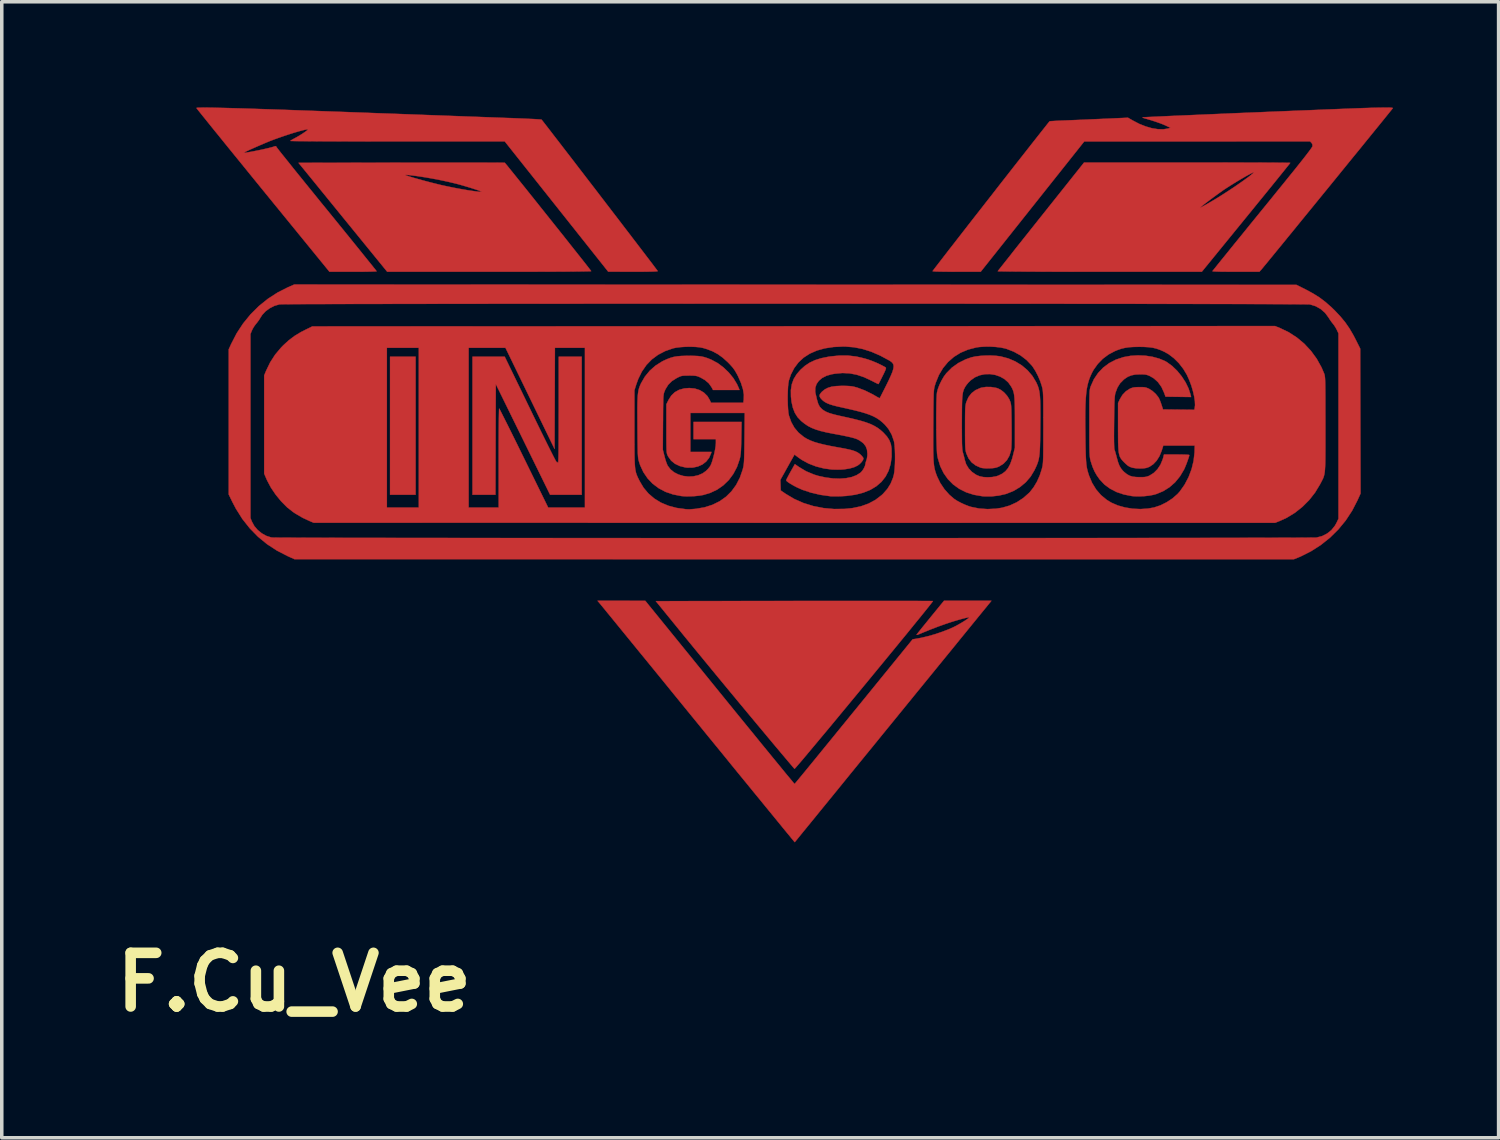
<source format=kicad_pcb>
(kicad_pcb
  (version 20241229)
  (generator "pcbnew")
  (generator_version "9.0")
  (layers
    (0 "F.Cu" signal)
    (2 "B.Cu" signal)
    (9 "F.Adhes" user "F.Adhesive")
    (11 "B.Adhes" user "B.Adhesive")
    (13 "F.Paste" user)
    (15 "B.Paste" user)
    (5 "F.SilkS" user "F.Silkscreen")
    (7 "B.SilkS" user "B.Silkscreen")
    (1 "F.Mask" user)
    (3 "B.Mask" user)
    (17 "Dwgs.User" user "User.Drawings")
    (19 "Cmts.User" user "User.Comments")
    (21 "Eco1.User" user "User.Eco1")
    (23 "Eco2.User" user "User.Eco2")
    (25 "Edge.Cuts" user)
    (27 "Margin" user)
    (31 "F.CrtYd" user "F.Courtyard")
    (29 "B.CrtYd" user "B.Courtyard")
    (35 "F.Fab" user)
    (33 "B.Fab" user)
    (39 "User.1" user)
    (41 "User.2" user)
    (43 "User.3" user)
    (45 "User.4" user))
  (footprint "F.Cu_Vee"
    (layer "F.Cu")
    (at 5.305 24.842)
    (property "Reference" "F.Cu_Vee" (at 0 0 0) (layer "F.SilkS") (effects (font (size 1.524 1.524) (thickness 0.3))))
    (attr through_hole)
    (fp_poly (pts (xy 3.447 -13.843) (xy 2.721 -13.843) (xy 2.721 -17.762) (xy 3.447 -17.762) (xy 3.447 -13.843)) (stroke (width 0.01) (type solid)) (fill yes) (layer "F.Cu"))
    (fp_poly (pts (xy 6.713 -16.247) (xy 6.819 -16.028) (xy 6.921 -15.819) (xy 7.017 -15.623) (xy 7.107 -15.441) (xy 7.188 -15.277) (xy 7.261 -15.131) (xy 7.324 -15.006) (xy 7.376 -14.904) (xy 7.416 -14.828) (xy 7.442 -14.78) (xy 7.454 -14.762) (xy 7.454 -14.762) (xy 7.462 -14.779) (xy 7.475 -14.767) (xy 7.485 -14.749) (xy 7.49 -14.745) (xy 7.494 -14.753) (xy 7.497 -14.773) (xy 7.5 -14.809) (xy 7.502 -14.862) (xy 7.504 -14.934) (xy 7.506 -15.027) (xy 7.507 -15.143) (xy 7.508 -15.286) (xy 7.509 -15.455) (xy 7.51 -15.654) (xy 7.51 -15.885) (xy 7.51 -16.149) (xy 7.511 -16.233) (xy 7.511 -17.762) (xy 8.164 -17.762) (xy 8.164 -13.843) (xy 7.715 -13.843) (xy 7.266 -13.843) (xy 6.495 -15.415) (xy 5.724 -16.986) (xy 5.719 -15.415) (xy 5.715 -13.843) (xy 5.062 -13.843) (xy 5.062 -17.762) (xy 5.978 -17.762) (xy 6.713 -16.247)) (stroke (width 0.01) (type solid)) (fill yes) (layer "F.Cu"))
    (fp_poly (pts (xy 19.79 -16.902) (xy 19.932 -16.878) (xy 19.984 -16.862) (xy 20.074 -16.815) (xy 20.164 -16.742) (xy 20.244 -16.652) (xy 20.306 -16.554) (xy 20.321 -16.519) (xy 20.333 -16.488) (xy 20.343 -16.458) (xy 20.35 -16.426) (xy 20.356 -16.386) (xy 20.36 -16.334) (xy 20.364 -16.265) (xy 20.366 -16.177) (xy 20.368 -16.063) (xy 20.37 -15.921) (xy 20.371 -15.812) (xy 20.372 -15.605) (xy 20.372 -15.434) (xy 20.369 -15.298) (xy 20.365 -15.195) (xy 20.359 -15.125) (xy 20.356 -15.105) (xy 20.311 -14.954) (xy 20.238 -14.826) (xy 20.14 -14.723) (xy 20.017 -14.646) (xy 20.013 -14.644) (xy 19.953 -14.62) (xy 19.892 -14.605) (xy 19.819 -14.596) (xy 19.739 -14.592) (xy 19.624 -14.593) (xy 19.533 -14.602) (xy 19.491 -14.612) (xy 19.351 -14.675) (xy 19.237 -14.762) (xy 19.149 -14.875) (xy 19.088 -15.012) (xy 19.086 -15.018) (xy 19.076 -15.052) (xy 19.068 -15.088) (xy 19.062 -15.129) (xy 19.058 -15.18) (xy 19.054 -15.244) (xy 19.052 -15.328) (xy 19.051 -15.434) (xy 19.05 -15.567) (xy 19.05 -15.732) (xy 19.05 -15.748) (xy 19.05 -15.916) (xy 19.051 -16.051) (xy 19.052 -16.159) (xy 19.054 -16.244) (xy 19.057 -16.31) (xy 19.062 -16.362) (xy 19.068 -16.403) (xy 19.075 -16.438) (xy 19.085 -16.472) (xy 19.086 -16.476) (xy 19.147 -16.614) (xy 19.235 -16.727) (xy 19.348 -16.814) (xy 19.485 -16.874) (xy 19.513 -16.883) (xy 19.646 -16.904) (xy 19.79 -16.902)) (stroke (width 0.01) (type solid)) (fill yes) (layer "F.Cu"))
    (fp_poly (pts (xy 16.564 -10.828) (xy 16.837 -10.828) (xy 17.088 -10.828) (xy 17.317 -10.828) (xy 17.521 -10.827) (xy 17.699 -10.827) (xy 17.849 -10.826) (xy 17.97 -10.826) (xy 18.059 -10.825) (xy 18.116 -10.825) (xy 18.138 -10.824) (xy 18.138 -10.824) (xy 18.128 -10.809) (xy 18.097 -10.767) (xy 18.045 -10.701) (xy 17.975 -10.613) (xy 17.887 -10.503) (xy 17.783 -10.374) (xy 17.664 -10.229) (xy 17.533 -10.067) (xy 17.39 -9.891) (xy 17.236 -9.704) (xy 17.074 -9.506) (xy 16.904 -9.299) (xy 16.729 -9.086) (xy 16.549 -8.868) (xy 16.367 -8.646) (xy 16.182 -8.422) (xy 15.998 -8.199) (xy 15.815 -7.978) (xy 15.635 -7.76) (xy 15.459 -7.548) (xy 15.289 -7.342) (xy 15.126 -7.146) (xy 14.971 -6.961) (xy 14.827 -6.788) (xy 14.694 -6.629) (xy 14.574 -6.486) (xy 14.469 -6.36) (xy 14.379 -6.254) (xy 14.306 -6.17) (xy 14.253 -6.108) (xy 14.219 -6.071) (xy 14.207 -6.06) (xy 14.194 -6.074) (xy 14.16 -6.113) (xy 14.106 -6.177) (xy 14.033 -6.263) (xy 13.943 -6.37) (xy 13.838 -6.494) (xy 13.719 -6.636) (xy 13.588 -6.792) (xy 13.447 -6.961) (xy 13.297 -7.141) (xy 13.139 -7.33) (xy 13.06 -7.425) (xy 12.875 -7.647) (xy 12.679 -7.883) (xy 12.477 -8.127) (xy 12.271 -8.376) (xy 12.066 -8.624) (xy 11.864 -8.869) (xy 11.67 -9.105) (xy 11.486 -9.329) (xy 11.316 -9.536) (xy 11.165 -9.721) (xy 11.095 -9.806) (xy 10.268 -10.822) (xy 14.199 -10.827) (xy 14.574 -10.827) (xy 14.94 -10.828) (xy 15.294 -10.828) (xy 15.635 -10.828) (xy 15.962 -10.828) (xy 16.272 -10.828) (xy 16.564 -10.828)) (stroke (width 0.01) (type solid)) (fill yes) (layer "F.Cu"))
    (fp_poly (pts (xy 25.68 -23.277) (xy 25.993 -23.277) (xy 26.294 -23.277) (xy 26.581 -23.276) (xy 26.853 -23.276) (xy 27.107 -23.275) (xy 27.341 -23.275) (xy 27.554 -23.274) (xy 27.744 -23.273) (xy 27.908 -23.272) (xy 28.045 -23.271) (xy 28.153 -23.27) (xy 28.23 -23.269) (xy 28.274 -23.268) (xy 28.285 -23.267) (xy 28.273 -23.252) (xy 28.241 -23.21) (xy 28.188 -23.145) (xy 28.117 -23.056) (xy 28.029 -22.947) (xy 27.925 -22.818) (xy 27.807 -22.672) (xy 27.676 -22.511) (xy 27.534 -22.336) (xy 27.382 -22.15) (xy 27.222 -21.953) (xy 27.056 -21.749) (xy 27.029 -21.716) (xy 25.773 -20.175) (xy 22.873 -20.175) (xy 22.552 -20.175) (xy 22.24 -20.175) (xy 21.941 -20.176) (xy 21.656 -20.176) (xy 21.386 -20.177) (xy 21.134 -20.178) (xy 20.902 -20.179) (xy 20.691 -20.18) (xy 20.504 -20.181) (xy 20.342 -20.183) (xy 20.207 -20.184) (xy 20.102 -20.186) (xy 20.028 -20.187) (xy 19.986 -20.189) (xy 19.978 -20.19) (xy 19.99 -20.206) (xy 20.023 -20.248) (xy 20.076 -20.315) (xy 20.147 -20.405) (xy 20.235 -20.516) (xy 20.338 -20.646) (xy 20.454 -20.794) (xy 20.583 -20.957) (xy 20.723 -21.133) (xy 20.873 -21.321) (xy 21.03 -21.519) (xy 21.194 -21.725) (xy 21.207 -21.741) (xy 21.411 -21.997) (xy 25.727 -21.997) (xy 25.742 -22.001) (xy 25.786 -22.023) (xy 25.859 -22.063) (xy 25.959 -22.12) (xy 26.085 -22.194) (xy 26.162 -22.24) (xy 26.276 -22.31) (xy 26.399 -22.388) (xy 26.527 -22.471) (xy 26.656 -22.556) (xy 26.782 -22.642) (xy 26.9 -22.724) (xy 27.007 -22.801) (xy 27.1 -22.868) (xy 27.172 -22.925) (xy 27.222 -22.967) (xy 27.244 -22.991) (xy 27.238 -22.996) (xy 27.205 -22.983) (xy 27.15 -22.956) (xy 27.077 -22.917) (xy 26.988 -22.867) (xy 26.889 -22.809) (xy 26.783 -22.746) (xy 26.674 -22.679) (xy 26.567 -22.612) (xy 26.464 -22.546) (xy 26.371 -22.484) (xy 26.371 -22.483) (xy 26.297 -22.431) (xy 26.213 -22.371) (xy 26.123 -22.305) (xy 26.032 -22.238) (xy 25.945 -22.172) (xy 25.866 -22.112) (xy 25.801 -22.061) (xy 25.754 -22.023) (xy 25.729 -22.001) (xy 25.727 -21.997) (xy 21.411 -21.997) (xy 22.43 -23.277) (xy 25.357 -23.277) (xy 25.68 -23.277)) (stroke (width 0.01) (type solid)) (fill yes) (layer "F.Cu"))
    (fp_poly (pts (xy 4.793 -23.274) (xy 5.028 -23.274) (xy 5.242 -23.274) (xy 5.432 -23.274) (xy 5.597 -23.273) (xy 5.736 -23.273) (xy 5.845 -23.272) (xy 5.923 -23.272) (xy 5.968 -23.271) (xy 5.979 -23.27) (xy 5.992 -23.256) (xy 6.026 -23.215) (xy 6.079 -23.15) (xy 6.149 -23.063) (xy 6.235 -22.957) (xy 6.334 -22.834) (xy 6.445 -22.696) (xy 6.567 -22.545) (xy 6.696 -22.383) (xy 6.832 -22.213) (xy 6.972 -22.037) (xy 7.116 -21.857) (xy 7.26 -21.676) (xy 7.404 -21.496) (xy 7.546 -21.318) (xy 7.683 -21.146) (xy 7.814 -20.98) (xy 7.937 -20.825) (xy 8.051 -20.681) (xy 8.153 -20.552) (xy 8.243 -20.439) (xy 8.317 -20.344) (xy 8.374 -20.271) (xy 8.413 -20.22) (xy 8.432 -20.195) (xy 8.433 -20.192) (xy 8.416 -20.19) (xy 8.364 -20.188) (xy 8.276 -20.186) (xy 8.154 -20.184) (xy 7.999 -20.182) (xy 7.811 -20.18) (xy 7.591 -20.179) (xy 7.34 -20.178) (xy 7.058 -20.177) (xy 6.746 -20.176) (xy 6.404 -20.176) (xy 6.035 -20.176) (xy 5.637 -20.176) (xy 5.54 -20.176) (xy 2.64 -20.176) (xy 1.381 -21.722) (xy 0.401 -22.927) (xy 3.157 -22.927) (xy 3.161 -22.92) (xy 3.175 -22.913) (xy 3.221 -22.896) (xy 3.297 -22.872) (xy 3.396 -22.842) (xy 3.513 -22.809) (xy 3.641 -22.773) (xy 3.776 -22.737) (xy 3.911 -22.702) (xy 4.039 -22.67) (xy 4.157 -22.641) (xy 4.218 -22.627) (xy 4.359 -22.597) (xy 4.504 -22.567) (xy 4.649 -22.539) (xy 4.79 -22.514) (xy 4.924 -22.491) (xy 5.044 -22.473) (xy 5.148 -22.458) (xy 5.23 -22.449) (xy 5.287 -22.445) (xy 5.314 -22.448) (xy 5.316 -22.451) (xy 5.299 -22.46) (xy 5.253 -22.478) (xy 5.184 -22.502) (xy 5.096 -22.53) (xy 4.997 -22.562) (xy 4.89 -22.594) (xy 4.782 -22.626) (xy 4.679 -22.655) (xy 4.586 -22.68) (xy 4.563 -22.685) (xy 4.364 -22.732) (xy 4.149 -22.778) (xy 3.926 -22.821) (xy 3.706 -22.859) (xy 3.497 -22.891) (xy 3.309 -22.915) (xy 3.239 -22.923) (xy 3.182 -22.927) (xy 3.157 -22.927) (xy 0.401 -22.927) (xy 0.122 -23.268) (xy 3.041 -23.273) (xy 3.364 -23.273) (xy 3.677 -23.274) (xy 3.978 -23.274) (xy 4.266 -23.274) (xy 4.538 -23.274) (xy 4.793 -23.274)) (stroke (width 0.01) (type solid)) (fill yes) (layer "F.Cu"))
    (fp_poly (pts (xy 11.345 -17.787) (xy 11.459 -17.782) (xy 11.555 -17.771) (xy 11.642 -17.752) (xy 11.729 -17.724) (xy 11.824 -17.686) (xy 11.859 -17.67) (xy 12.029 -17.578) (xy 12.191 -17.456) (xy 12.34 -17.313) (xy 12.47 -17.154) (xy 12.573 -16.985) (xy 12.626 -16.868) (xy 12.645 -16.818) (xy 11.893 -16.818) (xy 11.849 -16.9) (xy 11.772 -17.008) (xy 11.661 -17.101) (xy 11.541 -17.17) (xy 11.487 -17.194) (xy 11.441 -17.211) (xy 11.394 -17.22) (xy 11.336 -17.225) (xy 11.256 -17.227) (xy 11.21 -17.227) (xy 11.119 -17.226) (xy 11.054 -17.224) (xy 11.005 -17.217) (xy 10.961 -17.204) (xy 10.912 -17.182) (xy 10.857 -17.154) (xy 10.725 -17.07) (xy 10.621 -16.967) (xy 10.542 -16.839) (xy 10.52 -16.788) (xy 10.51 -16.762) (xy 10.501 -16.737) (xy 10.494 -16.708) (xy 10.489 -16.674) (xy 10.484 -16.629) (xy 10.481 -16.571) (xy 10.479 -16.495) (xy 10.477 -16.399) (xy 10.475 -16.277) (xy 10.474 -16.128) (xy 10.473 -15.947) (xy 10.472 -15.902) (xy 10.467 -15.123) (xy 10.515 -14.932) (xy 10.539 -14.844) (xy 10.566 -14.761) (xy 10.592 -14.695) (xy 10.606 -14.666) (xy 10.685 -14.563) (xy 10.789 -14.479) (xy 10.912 -14.417) (xy 11.048 -14.376) (xy 11.19 -14.359) (xy 11.333 -14.365) (xy 11.471 -14.395) (xy 11.598 -14.45) (xy 11.691 -14.517) (xy 11.746 -14.571) (xy 11.796 -14.632) (xy 11.819 -14.666) (xy 11.846 -14.725) (xy 11.875 -14.811) (xy 11.904 -14.914) (xy 11.931 -15.024) (xy 11.953 -15.132) (xy 11.968 -15.229) (xy 11.974 -15.305) (xy 11.974 -15.308) (xy 11.974 -15.421) (xy 11.339 -15.421) (xy 11.339 -15.911) (xy 12.704 -15.911) (xy 12.696 -15.453) (xy 12.693 -15.305) (xy 12.689 -15.188) (xy 12.685 -15.095) (xy 12.679 -15.022) (xy 12.672 -14.962) (xy 12.663 -14.909) (xy 12.651 -14.858) (xy 12.649 -14.85) (xy 12.573 -14.631) (xy 12.469 -14.434) (xy 12.34 -14.26) (xy 12.186 -14.111) (xy 12.01 -13.988) (xy 11.813 -13.895) (xy 11.616 -13.836) (xy 11.502 -13.817) (xy 11.367 -13.803) (xy 11.225 -13.797) (xy 11.091 -13.798) (xy 10.992 -13.806) (xy 10.757 -13.852) (xy 10.542 -13.926) (xy 10.349 -14.028) (xy 10.179 -14.156) (xy 10.034 -14.309) (xy 9.914 -14.486) (xy 9.822 -14.686) (xy 9.795 -14.769) (xy 9.785 -14.801) (xy 9.777 -14.833) (xy 9.77 -14.868) (xy 9.765 -14.908) (xy 9.761 -14.958) (xy 9.757 -15.022) (xy 9.755 -15.102) (xy 9.753 -15.203) (xy 9.751 -15.328) (xy 9.749 -15.481) (xy 9.748 -15.664) (xy 9.747 -15.755) (xy 9.746 -15.975) (xy 9.745 -16.163) (xy 9.745 -16.321) (xy 9.747 -16.453) (xy 9.751 -16.563) (xy 9.756 -16.654) (xy 9.764 -16.73) (xy 9.774 -16.794) (xy 9.787 -16.85) (xy 9.803 -16.9) (xy 9.823 -16.95) (xy 9.846 -17.001) (xy 9.849 -17.008) (xy 9.958 -17.196) (xy 10.095 -17.364) (xy 10.258 -17.508) (xy 10.444 -17.626) (xy 10.477 -17.643) (xy 10.586 -17.693) (xy 10.683 -17.73) (xy 10.777 -17.757) (xy 10.878 -17.774) (xy 10.994 -17.784) (xy 11.134 -17.788) (xy 11.203 -17.789) (xy 11.345 -17.787)) (stroke (width 0.01) (type solid)) (fill yes) (layer "F.Cu"))
    (fp_poly (pts (xy 24.172 -17.791) (xy 24.373 -17.76) (xy 24.561 -17.709) (xy 24.728 -17.639) (xy 24.782 -17.608) (xy 24.931 -17.499) (xy 25.073 -17.362) (xy 25.202 -17.204) (xy 25.312 -17.034) (xy 25.397 -16.859) (xy 25.442 -16.721) (xy 25.469 -16.618) (xy 25.106 -16.623) (xy 24.743 -16.628) (xy 24.702 -16.74) (xy 24.627 -16.904) (xy 24.529 -17.04) (xy 24.41 -17.148) (xy 24.295 -17.215) (xy 24.24 -17.238) (xy 24.188 -17.253) (xy 24.129 -17.26) (xy 24.048 -17.262) (xy 24.021 -17.262) (xy 23.884 -17.256) (xy 23.771 -17.233) (xy 23.672 -17.193) (xy 23.578 -17.13) (xy 23.553 -17.11) (xy 23.452 -17.007) (xy 23.376 -16.884) (xy 23.32 -16.735) (xy 23.312 -16.703) (xy 23.306 -16.663) (xy 23.3 -16.613) (xy 23.296 -16.548) (xy 23.292 -16.466) (xy 23.289 -16.361) (xy 23.286 -16.231) (xy 23.284 -16.072) (xy 23.282 -15.895) (xy 23.28 -15.682) (xy 23.279 -15.502) (xy 23.28 -15.356) (xy 23.283 -15.245) (xy 23.286 -15.169) (xy 23.291 -15.129) (xy 23.292 -15.124) (xy 23.305 -15.091) (xy 23.322 -15.032) (xy 23.343 -14.956) (xy 23.359 -14.895) (xy 23.394 -14.769) (xy 23.432 -14.67) (xy 23.477 -14.591) (xy 23.533 -14.523) (xy 23.569 -14.488) (xy 23.646 -14.426) (xy 23.723 -14.383) (xy 23.808 -14.357) (xy 23.911 -14.345) (xy 24.003 -14.343) (xy 24.094 -14.343) (xy 24.159 -14.347) (xy 24.209 -14.357) (xy 24.256 -14.372) (xy 24.293 -14.389) (xy 24.412 -14.465) (xy 24.516 -14.57) (xy 24.601 -14.699) (xy 24.662 -14.847) (xy 24.676 -14.894) (xy 24.699 -14.986) (xy 25.059 -14.986) (xy 25.168 -14.985) (xy 25.265 -14.983) (xy 25.342 -14.98) (xy 25.395 -14.976) (xy 25.418 -14.971) (xy 25.418 -14.97) (xy 25.412 -14.938) (xy 25.394 -14.881) (xy 25.369 -14.808) (xy 25.34 -14.729) (xy 25.309 -14.652) (xy 25.281 -14.586) (xy 25.269 -14.56) (xy 25.153 -14.366) (xy 25.015 -14.197) (xy 24.855 -14.056) (xy 24.675 -13.944) (xy 24.48 -13.863) (xy 24.407 -13.842) (xy 24.286 -13.819) (xy 24.145 -13.803) (xy 23.997 -13.796) (xy 23.858 -13.799) (xy 23.785 -13.806) (xy 23.56 -13.85) (xy 23.354 -13.919) (xy 23.17 -14.014) (xy 23.01 -14.131) (xy 22.878 -14.271) (xy 22.873 -14.277) (xy 22.791 -14.393) (xy 22.725 -14.509) (xy 22.67 -14.636) (xy 22.621 -14.786) (xy 22.611 -14.823) (xy 22.604 -14.852) (xy 22.598 -14.885) (xy 22.593 -14.924) (xy 22.589 -14.972) (xy 22.585 -15.034) (xy 22.583 -15.112) (xy 22.581 -15.21) (xy 22.58 -15.331) (xy 22.579 -15.478) (xy 22.579 -15.655) (xy 22.579 -15.864) (xy 22.579 -15.875) (xy 22.579 -16.083) (xy 22.579 -16.258) (xy 22.579 -16.403) (xy 22.58 -16.522) (xy 22.582 -16.618) (xy 22.584 -16.693) (xy 22.586 -16.753) (xy 22.59 -16.799) (xy 22.595 -16.835) (xy 22.601 -16.864) (xy 22.608 -16.89) (xy 22.617 -16.916) (xy 22.621 -16.927) (xy 22.71 -17.125) (xy 22.828 -17.3) (xy 22.972 -17.452) (xy 23.14 -17.578) (xy 23.331 -17.678) (xy 23.543 -17.749) (xy 23.555 -17.752) (xy 23.755 -17.788) (xy 23.963 -17.8) (xy 24.172 -17.791)) (stroke (width 0.01) (type solid)) (fill yes) (layer "F.Cu"))
    (fp_poly (pts (xy 19.736 -10.754) (xy 19.718 -10.733) (xy 19.68 -10.685) (xy 19.62 -10.612) (xy 19.54 -10.514) (xy 19.441 -10.393) (xy 19.325 -10.25) (xy 19.192 -10.087) (xy 19.043 -9.904) (xy 18.88 -9.704) (xy 18.703 -9.486) (xy 18.513 -9.253) (xy 18.311 -9.006) (xy 18.099 -8.745) (xy 17.877 -8.473) (xy 17.647 -8.191) (xy 17.409 -7.899) (xy 17.165 -7.599) (xy 16.946 -7.33) (xy 16.697 -7.025) (xy 16.455 -6.727) (xy 16.22 -6.439) (xy 15.992 -6.16) (xy 15.774 -5.892) (xy 15.566 -5.636) (xy 15.369 -5.394) (xy 15.184 -5.167) (xy 15.012 -4.956) (xy 14.854 -4.762) (xy 14.711 -4.586) (xy 14.584 -4.431) (xy 14.474 -4.296) (xy 14.382 -4.183) (xy 14.309 -4.093) (xy 14.256 -4.028) (xy 14.224 -3.989) (xy 14.214 -3.977) (xy 14.202 -3.99) (xy 14.169 -4.03) (xy 14.114 -4.096) (xy 14.04 -4.187) (xy 13.946 -4.3) (xy 13.835 -4.436) (xy 13.707 -4.593) (xy 13.563 -4.769) (xy 13.404 -4.963) (xy 13.231 -5.175) (xy 13.045 -5.402) (xy 12.847 -5.645) (xy 12.638 -5.9) (xy 12.419 -6.168) (xy 12.192 -6.448) (xy 11.956 -6.737) (xy 11.713 -7.034) (xy 11.492 -7.306) (xy 11.243 -7.611) (xy 10.999 -7.91) (xy 10.762 -8.201) (xy 10.533 -8.483) (xy 10.312 -8.754) (xy 10.101 -9.013) (xy 9.9 -9.259) (xy 9.711 -9.49) (xy 9.535 -9.706) (xy 9.372 -9.906) (xy 9.225 -10.086) (xy 9.093 -10.248) (xy 8.978 -10.389) (xy 8.881 -10.507) (xy 8.803 -10.603) (xy 8.745 -10.674) (xy 8.708 -10.719) (xy 8.694 -10.736) (xy 8.613 -10.831) (xy 9.291 -10.831) (xy 9.97 -10.83) (xy 12.083 -8.228) (xy 12.301 -7.96) (xy 12.513 -7.699) (xy 12.718 -7.447) (xy 12.915 -7.206) (xy 13.102 -6.977) (xy 13.278 -6.76) (xy 13.443 -6.559) (xy 13.595 -6.373) (xy 13.733 -6.205) (xy 13.855 -6.056) (xy 13.961 -5.926) (xy 14.05 -5.819) (xy 14.121 -5.734) (xy 14.171 -5.673) (xy 14.201 -5.638) (xy 14.209 -5.63) (xy 14.222 -5.644) (xy 14.256 -5.685) (xy 14.311 -5.751) (xy 14.384 -5.84) (xy 14.476 -5.951) (xy 14.584 -6.083) (xy 14.707 -6.233) (xy 14.844 -6.401) (xy 14.993 -6.584) (xy 15.154 -6.781) (xy 15.325 -6.991) (xy 15.505 -7.212) (xy 15.693 -7.442) (xy 15.886 -7.68) (xy 15.892 -7.686) (xy 17.562 -9.738) (xy 17.648 -9.751) (xy 17.82 -9.783) (xy 18.012 -9.829) (xy 18.212 -9.887) (xy 18.409 -9.954) (xy 18.593 -10.025) (xy 18.712 -10.078) (xy 18.79 -10.117) (xy 18.875 -10.164) (xy 18.961 -10.214) (xy 19.039 -10.262) (xy 19.104 -10.306) (xy 19.149 -10.339) (xy 19.166 -10.356) (xy 19.156 -10.361) (xy 19.116 -10.355) (xy 19.051 -10.341) (xy 18.966 -10.319) (xy 18.866 -10.291) (xy 18.756 -10.259) (xy 18.641 -10.223) (xy 18.524 -10.184) (xy 18.501 -10.176) (xy 18.284 -10.099) (xy 18.055 -10.011) (xy 17.83 -9.919) (xy 17.737 -9.88) (xy 17.696 -9.865) (xy 17.675 -9.864) (xy 17.674 -9.868) (xy 17.686 -9.886) (xy 17.719 -9.928) (xy 17.77 -9.992) (xy 17.835 -10.074) (xy 17.913 -10.17) (xy 18 -10.277) (xy 18.066 -10.359) (xy 18.452 -10.831) (xy 19.798 -10.831) (xy 19.736 -10.754)) (stroke (width 0.01) (type solid)) (fill yes) (layer "F.Cu"))
    (fp_poly (pts (xy 19.931 -17.788) (xy 20.057 -17.772) (xy 20.276 -17.714) (xy 20.479 -17.627) (xy 20.663 -17.514) (xy 20.825 -17.376) (xy 20.962 -17.216) (xy 21.07 -17.036) (xy 21.108 -16.952) (xy 21.128 -16.899) (xy 21.144 -16.843) (xy 21.158 -16.781) (xy 21.169 -16.709) (xy 21.177 -16.624) (xy 21.183 -16.522) (xy 21.187 -16.399) (xy 21.188 -16.253) (xy 21.189 -16.079) (xy 21.187 -15.874) (xy 21.186 -15.763) (xy 21.184 -15.558) (xy 21.182 -15.385) (xy 21.178 -15.24) (xy 21.173 -15.119) (xy 21.166 -15.018) (xy 21.156 -14.932) (xy 21.143 -14.858) (xy 21.126 -14.792) (xy 21.105 -14.729) (xy 21.079 -14.665) (xy 21.047 -14.596) (xy 21.016 -14.532) (xy 20.91 -14.356) (xy 20.775 -14.199) (xy 20.614 -14.064) (xy 20.433 -13.954) (xy 20.233 -13.873) (xy 20.202 -13.863) (xy 20.008 -13.819) (xy 19.803 -13.796) (xy 19.603 -13.796) (xy 19.54 -13.801) (xy 19.301 -13.842) (xy 19.082 -13.912) (xy 18.886 -14.01) (xy 18.713 -14.134) (xy 18.565 -14.283) (xy 18.442 -14.457) (xy 18.346 -14.653) (xy 18.279 -14.872) (xy 18.261 -14.961) (xy 18.254 -15.019) (xy 18.249 -15.107) (xy 18.244 -15.222) (xy 18.24 -15.357) (xy 18.236 -15.508) (xy 18.234 -15.67) (xy 18.233 -15.838) (xy 18.233 -15.882) (xy 18.959 -15.882) (xy 18.959 -15.695) (xy 18.96 -15.541) (xy 18.961 -15.415) (xy 18.962 -15.315) (xy 18.965 -15.235) (xy 18.968 -15.173) (xy 18.972 -15.124) (xy 18.978 -15.085) (xy 18.985 -15.051) (xy 18.994 -15.02) (xy 18.994 -15.02) (xy 19.014 -14.948) (xy 19.031 -14.881) (xy 19.039 -14.841) (xy 19.08 -14.71) (xy 19.151 -14.591) (xy 19.248 -14.489) (xy 19.366 -14.408) (xy 19.462 -14.367) (xy 19.567 -14.345) (xy 19.69 -14.338) (xy 19.818 -14.345) (xy 19.935 -14.366) (xy 19.99 -14.384) (xy 20.104 -14.439) (xy 20.197 -14.51) (xy 20.273 -14.602) (xy 20.335 -14.719) (xy 20.387 -14.866) (xy 20.409 -14.95) (xy 20.465 -15.177) (xy 20.465 -15.894) (xy 20.465 -16.091) (xy 20.464 -16.255) (xy 20.462 -16.391) (xy 20.458 -16.503) (xy 20.453 -16.593) (xy 20.445 -16.667) (xy 20.435 -16.728) (xy 20.422 -16.779) (xy 20.405 -16.825) (xy 20.384 -16.87) (xy 20.361 -16.913) (xy 20.278 -17.031) (xy 20.17 -17.127) (xy 20.045 -17.198) (xy 19.906 -17.246) (xy 19.76 -17.269) (xy 19.613 -17.266) (xy 19.468 -17.236) (xy 19.332 -17.179) (xy 19.21 -17.093) (xy 19.196 -17.08) (xy 19.14 -17.023) (xy 19.089 -16.96) (xy 19.06 -16.918) (xy 19.036 -16.876) (xy 19.017 -16.835) (xy 19.001 -16.792) (xy 18.988 -16.742) (xy 18.979 -16.681) (xy 18.971 -16.607) (xy 18.966 -16.516) (xy 18.963 -16.403) (xy 18.961 -16.266) (xy 18.96 -16.099) (xy 18.959 -15.901) (xy 18.959 -15.882) (xy 18.233 -15.882) (xy 18.232 -16.006) (xy 18.233 -16.169) (xy 18.235 -16.323) (xy 18.237 -16.462) (xy 18.241 -16.581) (xy 18.246 -16.675) (xy 18.252 -16.739) (xy 18.253 -16.746) (xy 18.279 -16.849) (xy 18.324 -16.967) (xy 18.384 -17.089) (xy 18.451 -17.203) (xy 18.519 -17.294) (xy 18.677 -17.453) (xy 18.859 -17.583) (xy 19.064 -17.686) (xy 19.231 -17.745) (xy 19.344 -17.769) (xy 19.481 -17.786) (xy 19.632 -17.795) (xy 19.786 -17.796) (xy 19.931 -17.788)) (stroke (width 0.01) (type solid)) (fill yes) (layer "F.Cu"))
    (fp_poly (pts (xy 15.725 -17.795) (xy 15.964 -17.767) (xy 16.205 -17.71) (xy 16.301 -17.681) (xy 16.414 -17.64) (xy 16.535 -17.59) (xy 16.652 -17.535) (xy 16.752 -17.483) (xy 16.797 -17.456) (xy 16.804 -17.442) (xy 16.799 -17.413) (xy 16.78 -17.365) (xy 16.747 -17.293) (xy 16.709 -17.216) (xy 16.668 -17.134) (xy 16.633 -17.065) (xy 16.607 -17.014) (xy 16.593 -16.988) (xy 16.592 -16.986) (xy 16.575 -16.991) (xy 16.533 -17.011) (xy 16.471 -17.042) (xy 16.399 -17.079) (xy 16.182 -17.181) (xy 15.975 -17.251) (xy 15.772 -17.29) (xy 15.568 -17.3) (xy 15.355 -17.28) (xy 15.256 -17.263) (xy 15.112 -17.221) (xy 14.992 -17.159) (xy 14.898 -17.08) (xy 14.832 -16.986) (xy 14.797 -16.881) (xy 14.795 -16.766) (xy 14.804 -16.717) (xy 14.821 -16.646) (xy 14.84 -16.563) (xy 14.85 -16.524) (xy 14.882 -16.418) (xy 14.926 -16.338) (xy 14.988 -16.273) (xy 15.029 -16.243) (xy 15.075 -16.214) (xy 15.126 -16.189) (xy 15.186 -16.165) (xy 15.262 -16.141) (xy 15.357 -16.115) (xy 15.476 -16.087) (xy 15.625 -16.054) (xy 15.69 -16.04) (xy 15.898 -15.992) (xy 16.075 -15.947) (xy 16.225 -15.902) (xy 16.353 -15.855) (xy 16.462 -15.804) (xy 16.559 -15.747) (xy 16.646 -15.683) (xy 16.729 -15.609) (xy 16.729 -15.609) (xy 16.83 -15.499) (xy 16.9 -15.392) (xy 16.943 -15.279) (xy 16.963 -15.152) (xy 16.963 -15.15) (xy 16.965 -14.922) (xy 16.936 -14.713) (xy 16.878 -14.524) (xy 16.791 -14.356) (xy 16.675 -14.209) (xy 16.53 -14.084) (xy 16.358 -13.981) (xy 16.158 -13.901) (xy 15.931 -13.843) (xy 15.677 -13.809) (xy 15.525 -13.8) (xy 15.431 -13.797) (xy 15.343 -13.797) (xy 15.272 -13.797) (xy 15.231 -13.8) (xy 14.939 -13.841) (xy 14.672 -13.903) (xy 14.431 -13.983) (xy 14.277 -14.052) (xy 14.178 -14.104) (xy 14.093 -14.153) (xy 14.027 -14.197) (xy 13.984 -14.231) (xy 13.97 -14.253) (xy 13.978 -14.275) (xy 14.002 -14.323) (xy 14.037 -14.389) (xy 14.08 -14.468) (xy 14.093 -14.492) (xy 14.217 -14.712) (xy 14.334 -14.63) (xy 14.538 -14.508) (xy 14.762 -14.415) (xy 14.883 -14.378) (xy 15.095 -14.332) (xy 15.299 -14.306) (xy 15.493 -14.3) (xy 15.671 -14.313) (xy 15.831 -14.345) (xy 15.967 -14.397) (xy 16.077 -14.467) (xy 16.096 -14.483) (xy 16.139 -14.534) (xy 16.179 -14.598) (xy 16.208 -14.662) (xy 16.22 -14.713) (xy 16.22 -14.714) (xy 16.227 -14.755) (xy 16.244 -14.808) (xy 16.248 -14.819) (xy 16.264 -14.876) (xy 16.275 -14.953) (xy 16.277 -15.006) (xy 16.265 -15.124) (xy 16.227 -15.223) (xy 16.16 -15.307) (xy 16.061 -15.38) (xy 16.004 -15.411) (xy 15.956 -15.432) (xy 15.89 -15.453) (xy 15.803 -15.476) (xy 15.691 -15.501) (xy 15.553 -15.53) (xy 15.382 -15.562) (xy 15.304 -15.576) (xy 15.112 -15.614) (xy 14.951 -15.652) (xy 14.814 -15.694) (xy 14.697 -15.74) (xy 14.593 -15.793) (xy 14.497 -15.857) (xy 14.403 -15.932) (xy 14.393 -15.941) (xy 14.293 -16.046) (xy 14.216 -16.169) (xy 14.16 -16.314) (xy 14.122 -16.484) (xy 14.106 -16.63) (xy 14.104 -16.815) (xy 14.13 -16.98) (xy 14.184 -17.129) (xy 14.27 -17.268) (xy 14.376 -17.39) (xy 14.502 -17.503) (xy 14.639 -17.594) (xy 14.791 -17.665) (xy 14.965 -17.72) (xy 15.167 -17.761) (xy 15.216 -17.769) (xy 15.478 -17.795) (xy 15.725 -17.795)) (stroke (width 0.01) (type solid)) (fill yes) (layer "F.Cu"))
    (fp_poly (pts (xy 31.115 -24.836) (xy 31.16 -24.833) (xy 31.186 -24.829) (xy 31.196 -24.824) (xy 31.195 -24.817) (xy 31.182 -24.8) (xy 31.147 -24.757) (xy 31.092 -24.689) (xy 31.019 -24.598) (xy 30.929 -24.487) (xy 30.823 -24.356) (xy 30.703 -24.209) (xy 30.57 -24.045) (xy 30.427 -23.869) (xy 30.274 -23.68) (xy 30.112 -23.482) (xy 29.944 -23.276) (xy 29.771 -23.063) (xy 29.594 -22.845) (xy 29.415 -22.625) (xy 29.235 -22.405) (xy 29.056 -22.185) (xy 28.879 -21.968) (xy 28.705 -21.755) (xy 28.537 -21.549) (xy 28.376 -21.351) (xy 28.222 -21.163) (xy 28.079 -20.987) (xy 27.946 -20.825) (xy 27.826 -20.678) (xy 27.72 -20.549) (xy 27.63 -20.438) (xy 27.556 -20.349) (xy 27.501 -20.282) (xy 27.466 -20.24) (xy 27.453 -20.225) (xy 27.407 -20.175) (xy 26.738 -20.175) (xy 26.573 -20.175) (xy 26.427 -20.177) (xy 26.302 -20.178) (xy 26.201 -20.181) (xy 26.127 -20.184) (xy 26.085 -20.188) (xy 26.074 -20.191) (xy 26.086 -20.207) (xy 26.12 -20.249) (xy 26.174 -20.316) (xy 26.246 -20.406) (xy 26.336 -20.518) (xy 26.442 -20.648) (xy 26.562 -20.797) (xy 26.695 -20.962) (xy 26.841 -21.141) (xy 26.997 -21.333) (xy 27.161 -21.536) (xy 27.334 -21.748) (xy 27.495 -21.946) (xy 27.715 -22.216) (xy 27.912 -22.46) (xy 28.089 -22.677) (xy 28.245 -22.871) (xy 28.383 -23.041) (xy 28.502 -23.19) (xy 28.604 -23.318) (xy 28.689 -23.426) (xy 28.759 -23.517) (xy 28.815 -23.59) (xy 28.858 -23.648) (xy 28.888 -23.691) (xy 28.907 -23.721) (xy 28.916 -23.739) (xy 28.917 -23.742) (xy 28.911 -23.801) (xy 28.885 -23.838) (xy 28.847 -23.876) (xy 22.434 -23.875) (xy 20.964 -22.025) (xy 19.494 -20.175) (xy 18.808 -20.175) (xy 18.631 -20.176) (xy 18.476 -20.177) (xy 18.347 -20.179) (xy 18.246 -20.181) (xy 18.174 -20.185) (xy 18.135 -20.189) (xy 18.128 -20.192) (xy 18.14 -20.209) (xy 18.173 -20.253) (xy 18.225 -20.321) (xy 18.295 -20.412) (xy 18.382 -20.524) (xy 18.483 -20.655) (xy 18.597 -20.803) (xy 18.724 -20.965) (xy 18.86 -21.141) (xy 19.006 -21.328) (xy 19.158 -21.524) (xy 19.317 -21.728) (xy 19.48 -21.936) (xy 19.646 -22.149) (xy 19.813 -22.362) (xy 19.979 -22.576) (xy 20.144 -22.787) (xy 20.306 -22.994) (xy 20.463 -23.195) (xy 20.614 -23.387) (xy 20.758 -23.57) (xy 20.892 -23.741) (xy 21.015 -23.898) (xy 21.126 -24.039) (xy 21.224 -24.163) (xy 21.306 -24.266) (xy 21.371 -24.349) (xy 21.418 -24.408) (xy 21.446 -24.441) (xy 21.453 -24.449) (xy 21.475 -24.451) (xy 21.529 -24.454) (xy 21.61 -24.459) (xy 21.711 -24.464) (xy 21.829 -24.469) (xy 21.953 -24.474) (xy 22.098 -24.48) (xy 22.269 -24.487) (xy 22.457 -24.495) (xy 22.651 -24.504) (xy 22.844 -24.512) (xy 23.023 -24.52) (xy 23.055 -24.521) (xy 23.676 -24.549) (xy 23.817 -24.468) (xy 23.997 -24.374) (xy 24.179 -24.302) (xy 24.356 -24.251) (xy 24.524 -24.224) (xy 24.677 -24.22) (xy 24.81 -24.241) (xy 24.883 -24.262) (xy 24.756 -24.323) (xy 24.675 -24.359) (xy 24.569 -24.399) (xy 24.446 -24.442) (xy 24.317 -24.483) (xy 24.19 -24.52) (xy 24.148 -24.532) (xy 24.106 -24.545) (xy 24.089 -24.556) (xy 24.094 -24.559) (xy 24.118 -24.562) (xy 24.175 -24.565) (xy 24.265 -24.57) (xy 24.384 -24.575) (xy 24.531 -24.582) (xy 24.702 -24.59) (xy 24.897 -24.599) (xy 25.112 -24.608) (xy 25.346 -24.618) (xy 25.596 -24.629) (xy 25.86 -24.64) (xy 26.136 -24.652) (xy 26.421 -24.664) (xy 26.714 -24.677) (xy 27.011 -24.689) (xy 27.312 -24.701) (xy 27.613 -24.714) (xy 27.913 -24.726) (xy 28.209 -24.738) (xy 28.499 -24.75) (xy 28.781 -24.761) (xy 29.052 -24.772) (xy 29.31 -24.783) (xy 29.554 -24.792) (xy 29.78 -24.801) (xy 29.987 -24.809) (xy 30.173 -24.816) (xy 30.335 -24.822) (xy 30.47 -24.826) (xy 30.578 -24.83) (xy 30.654 -24.832) (xy 30.678 -24.833) (xy 30.833 -24.835) (xy 30.955 -24.837) (xy 31.048 -24.837) (xy 31.115 -24.836)) (stroke (width 0.01) (type solid)) (fill yes) (layer "F.Cu"))
    (fp_poly (pts (xy -2.429 -24.836) (xy -2.297 -24.834) (xy -2.14 -24.83) (xy -1.958 -24.826) (xy -1.75 -24.82) (xy -1.516 -24.814) (xy -1.254 -24.806) (xy -0.963 -24.796) (xy -0.642 -24.786) (xy -0.291 -24.774) (xy 0.092 -24.76) (xy 0.507 -24.745) (xy 0.956 -24.729) (xy 1.439 -24.712) (xy 1.932 -24.694) (xy 2.298 -24.68) (xy 2.661 -24.667) (xy 3.02 -24.654) (xy 3.373 -24.641) (xy 3.716 -24.628) (xy 4.048 -24.616) (xy 4.367 -24.604) (xy 4.67 -24.593) (xy 4.954 -24.582) (xy 5.217 -24.573) (xy 5.458 -24.564) (xy 5.673 -24.556) (xy 5.861 -24.549) (xy 6.018 -24.543) (xy 6.143 -24.539) (xy 6.205 -24.537) (xy 6.373 -24.53) (xy 6.529 -24.524) (xy 6.67 -24.517) (xy 6.793 -24.512) (xy 6.893 -24.506) (xy 6.967 -24.501) (xy 7.012 -24.498) (xy 7.023 -24.495) (xy 7.04 -24.475) (xy 7.076 -24.429) (xy 7.132 -24.357) (xy 7.205 -24.263) (xy 7.293 -24.149) (xy 7.396 -24.015) (xy 7.512 -23.865) (xy 7.639 -23.7) (xy 7.776 -23.522) (xy 7.922 -23.333) (xy 8.074 -23.134) (xy 8.232 -22.929) (xy 8.394 -22.718) (xy 8.559 -22.504) (xy 8.724 -22.288) (xy 8.889 -22.073) (xy 9.052 -21.86) (xy 9.212 -21.652) (xy 9.366 -21.45) (xy 9.515 -21.256) (xy 9.655 -21.072) (xy 9.786 -20.901) (xy 9.907 -20.743) (xy 10.015 -20.601) (xy 10.109 -20.478) (xy 10.188 -20.374) (xy 10.25 -20.291) (xy 10.294 -20.233) (xy 10.319 -20.2) (xy 10.323 -20.193) (xy 10.305 -20.188) (xy 10.252 -20.184) (xy 10.164 -20.18) (xy 10.043 -20.178) (xy 9.89 -20.176) (xy 9.705 -20.176) (xy 9.62 -20.176) (xy 8.917 -20.177) (xy 7.448 -22.027) (xy 5.979 -23.876) (xy 2.935 -23.876) (xy 2.606 -23.876) (xy 2.286 -23.876) (xy 1.979 -23.877) (xy 1.685 -23.877) (xy 1.406 -23.878) (xy 1.145 -23.879) (xy 0.904 -23.879) (xy 0.683 -23.88) (xy 0.486 -23.882) (xy 0.314 -23.883) (xy 0.168 -23.884) (xy 0.051 -23.885) (xy -0.035 -23.887) (xy -0.089 -23.888) (xy -0.109 -23.89) (xy -0.109 -23.89) (xy -0.094 -23.904) (xy -0.054 -23.929) (xy 0.002 -23.96) (xy 0.014 -23.966) (xy 0.085 -24.005) (xy 0.161 -24.05) (xy 0.234 -24.096) (xy 0.298 -24.139) (xy 0.349 -24.176) (xy 0.381 -24.203) (xy 0.387 -24.216) (xy 0.386 -24.216) (xy 0.353 -24.216) (xy 0.29 -24.204) (xy 0.203 -24.183) (xy 0.096 -24.153) (xy -0.026 -24.117) (xy -0.158 -24.075) (xy -0.296 -24.029) (xy -0.435 -23.981) (xy -0.571 -23.932) (xy -0.697 -23.884) (xy -0.709 -23.879) (xy -0.787 -23.847) (xy -0.879 -23.808) (xy -0.979 -23.765) (xy -1.082 -23.72) (xy -1.181 -23.676) (xy -1.271 -23.636) (xy -1.346 -23.601) (xy -1.4 -23.575) (xy -1.428 -23.56) (xy -1.43 -23.559) (xy -1.422 -23.554) (xy -1.384 -23.557) (xy -1.321 -23.566) (xy -1.239 -23.58) (xy -1.143 -23.598) (xy -1.039 -23.619) (xy -0.931 -23.641) (xy -0.825 -23.665) (xy -0.726 -23.688) (xy -0.64 -23.71) (xy -0.573 -23.73) (xy -0.538 -23.742) (xy -0.513 -23.735) (xy -0.504 -23.718) (xy -0.492 -23.7) (xy -0.458 -23.656) (xy -0.404 -23.587) (xy -0.331 -23.495) (xy -0.24 -23.382) (xy -0.134 -23.25) (xy -0.014 -23.099) (xy 0.12 -22.933) (xy 0.266 -22.753) (xy 0.422 -22.56) (xy 0.588 -22.356) (xy 0.76 -22.143) (xy 0.923 -21.944) (xy 1.101 -21.725) (xy 1.273 -21.513) (xy 1.437 -21.311) (xy 1.591 -21.121) (xy 1.735 -20.943) (xy 1.868 -20.779) (xy 1.986 -20.632) (xy 2.09 -20.503) (xy 2.178 -20.394) (xy 2.248 -20.306) (xy 2.3 -20.242) (xy 2.331 -20.202) (xy 2.34 -20.188) (xy 2.323 -20.185) (xy 2.273 -20.183) (xy 2.195 -20.18) (xy 2.093 -20.178) (xy 1.97 -20.176) (xy 1.831 -20.175) (xy 1.68 -20.175) (xy 1.67 -20.175) (xy 1.001 -20.175) (xy -0.888 -22.491) (xy -1.094 -22.744) (xy -1.294 -22.99) (xy -1.486 -23.227) (xy -1.67 -23.453) (xy -1.844 -23.667) (xy -2.007 -23.868) (xy -2.157 -24.054) (xy -2.295 -24.223) (xy -2.417 -24.375) (xy -2.523 -24.507) (xy -2.613 -24.618) (xy -2.684 -24.707) (xy -2.736 -24.772) (xy -2.767 -24.812) (xy -2.776 -24.825) (xy -2.767 -24.83) (xy -2.74 -24.833) (xy -2.694 -24.835) (xy -2.627 -24.836) (xy -2.539 -24.837) (xy -2.429 -24.836)) (stroke (width 0.01) (type solid)) (fill yes) (layer "F.Cu"))
    (fp_poly (pts (xy 28.46 -19.803) (xy 28.722 -19.672) (xy 28.929 -19.56) (xy 29.113 -19.445) (xy 29.282 -19.317) (xy 29.449 -19.171) (xy 29.546 -19.077) (xy 29.707 -18.906) (xy 29.844 -18.74) (xy 29.965 -18.566) (xy 30.078 -18.373) (xy 30.14 -18.253) (xy 30.271 -17.992) (xy 30.276 -15.935) (xy 30.281 -13.879) (xy 30.193 -13.684) (xy 30.041 -13.389) (xy 29.859 -13.112) (xy 29.649 -12.857) (xy 29.414 -12.625) (xy 29.155 -12.418) (xy 28.876 -12.239) (xy 28.578 -12.089) (xy 28.503 -12.058) (xy 28.387 -12.011) (xy 14.198 -12.011) (xy 0.009 -12.012) (xy -0.186 -12.1) (xy -0.491 -12.257) (xy -0.773 -12.441) (xy -1.031 -12.653) (xy -1.264 -12.892) (xy -1.473 -13.156) (xy -1.656 -13.447) (xy -1.756 -13.638) (xy -1.86 -13.852) (xy -1.86 -17.971) (xy -1.79 -18.125) (xy -1.645 -18.406) (xy -1.243 -18.406) (xy -1.243 -13.181) (xy -1.2 -13.076) (xy -1.133 -12.953) (xy -1.038 -12.842) (xy -0.922 -12.747) (xy -0.793 -12.675) (xy -0.659 -12.632) (xy -0.632 -12.628) (xy -0.608 -12.627) (xy -0.548 -12.626) (xy -0.454 -12.625) (xy -0.327 -12.624) (xy -0.168 -12.624) (xy 0.022 -12.623) (xy 0.242 -12.622) (xy 0.491 -12.621) (xy 0.768 -12.621) (xy 1.072 -12.62) (xy 1.402 -12.619) (xy 1.756 -12.619) (xy 2.135 -12.618) (xy 2.536 -12.618) (xy 2.958 -12.617) (xy 3.402 -12.616) (xy 3.865 -12.616) (xy 4.346 -12.616) (xy 4.845 -12.615) (xy 5.36 -12.615) (xy 5.891 -12.614) (xy 6.436 -12.614) (xy 6.995 -12.614) (xy 7.566 -12.613) (xy 8.148 -12.613) (xy 8.74 -12.613) (xy 9.341 -12.613) (xy 9.95 -12.612) (xy 10.567 -12.612) (xy 11.189 -12.612) (xy 11.817 -12.612) (xy 12.448 -12.612) (xy 13.082 -12.612) (xy 13.719 -12.612) (xy 14.355 -12.612) (xy 14.992 -12.612) (xy 15.627 -12.612) (xy 16.26 -12.612) (xy 16.89 -12.612) (xy 17.515 -12.612) (xy 18.135 -12.612) (xy 18.748 -12.612) (xy 19.354 -12.613) (xy 19.951 -12.613) (xy 20.538 -12.613) (xy 21.115 -12.613) (xy 21.68 -12.614) (xy 22.232 -12.614) (xy 22.77 -12.614) (xy 23.293 -12.615) (xy 23.801 -12.615) (xy 24.292 -12.616) (xy 24.764 -12.616) (xy 25.218 -12.617) (xy 25.651 -12.617) (xy 26.064 -12.618) (xy 26.454 -12.618) (xy 26.821 -12.619) (xy 27.163 -12.62) (xy 27.481 -12.62) (xy 27.772 -12.621) (xy 28.035 -12.622) (xy 28.27 -12.622) (xy 28.476 -12.623) (xy 28.651 -12.624) (xy 28.795 -12.625) (xy 28.906 -12.626) (xy 28.983 -12.626) (xy 29.026 -12.627) (xy 29.034 -12.628) (xy 29.189 -12.668) (xy 29.33 -12.74) (xy 29.454 -12.839) (xy 29.553 -12.963) (xy 29.599 -13.045) (xy 29.654 -13.163) (xy 29.654 -18.424) (xy 29.607 -18.526) (xy 29.569 -18.596) (xy 29.523 -18.665) (xy 29.497 -18.698) (xy 29.454 -18.753) (xy 29.405 -18.823) (xy 29.372 -18.875) (xy 29.274 -19.008) (xy 29.15 -19.116) (xy 29.007 -19.197) (xy 28.849 -19.246) (xy 28.839 -19.248) (xy 28.815 -19.249) (xy 28.755 -19.25) (xy 28.662 -19.251) (xy 28.535 -19.252) (xy 28.376 -19.253) (xy 28.186 -19.254) (xy 27.966 -19.255) (xy 27.717 -19.256) (xy 27.44 -19.257) (xy 27.137 -19.258) (xy 26.807 -19.259) (xy 26.453 -19.26) (xy 26.076 -19.26) (xy 25.675 -19.261) (xy 25.253 -19.262) (xy 24.811 -19.262) (xy 24.349 -19.263) (xy 23.869 -19.264) (xy 23.371 -19.264) (xy 22.857 -19.265) (xy 22.328 -19.265) (xy 21.785 -19.266) (xy 21.228 -19.266) (xy 20.659 -19.267) (xy 20.08 -19.267) (xy 19.49 -19.267) (xy 18.891 -19.268) (xy 18.284 -19.268) (xy 17.671 -19.268) (xy 17.052 -19.268) (xy 16.428 -19.268) (xy 15.8 -19.269) (xy 15.17 -19.269) (xy 14.538 -19.269) (xy 13.905 -19.269) (xy 13.273 -19.269) (xy 12.643 -19.269) (xy 12.015 -19.269) (xy 11.391 -19.269) (xy 10.771 -19.268) (xy 10.158 -19.268) (xy 9.551 -19.268) (xy 8.952 -19.268) (xy 8.362 -19.268) (xy 7.782 -19.267) (xy 7.212 -19.267) (xy 6.655 -19.266) (xy 6.111 -19.266) (xy 5.582 -19.266) (xy 5.067 -19.265) (xy 4.569 -19.265) (xy 4.088 -19.264) (xy 3.625 -19.263) (xy 3.182 -19.263) (xy 2.76 -19.262) (xy 2.359 -19.261) (xy 1.98 -19.261) (xy 1.625 -19.26) (xy 1.295 -19.259) (xy 0.99 -19.258) (xy 0.713 -19.257) (xy 0.463 -19.257) (xy 0.242 -19.256) (xy 0.051 -19.255) (xy -0.11 -19.254) (xy -0.238 -19.253) (xy -0.333 -19.252) (xy -0.393 -19.25) (xy -0.419 -19.249) (xy -0.419 -19.249) (xy -0.56 -19.208) (xy -0.694 -19.14) (xy -0.813 -19.053) (xy -0.909 -18.95) (xy -0.962 -18.867) (xy -0.998 -18.808) (xy -1.046 -18.742) (xy -1.081 -18.7) (xy -1.132 -18.633) (xy -1.179 -18.555) (xy -1.201 -18.509) (xy -1.243 -18.406) (xy -1.645 -18.406) (xy -1.635 -18.426) (xy -1.451 -18.706) (xy -1.24 -18.965) (xy -1.005 -19.199) (xy -0.747 -19.407) (xy -0.469 -19.587) (xy -0.178 -19.734) (xy 0.00028 -19.812) (xy 28.46 -19.803)) (stroke (width 0.01) (type solid)) (fill yes) (layer "F.Cu"))
    (fp_poly (pts (xy 27.989 -18.578) (xy 28.238 -18.459) (xy 28.47 -18.309) (xy 28.682 -18.132) (xy 28.872 -17.929) (xy 29.036 -17.704) (xy 29.172 -17.46) (xy 29.246 -17.287) (xy 29.253 -17.268) (xy 29.259 -17.248) (xy 29.264 -17.224) (xy 29.268 -17.193) (xy 29.272 -17.154) (xy 29.275 -17.103) (xy 29.277 -17.038) (xy 29.279 -16.957) (xy 29.28 -16.856) (xy 29.281 -16.733) (xy 29.282 -16.585) (xy 29.282 -16.41) (xy 29.282 -16.206) (xy 29.283 -15.969) (xy 29.283 -15.839) (xy 29.283 -15.581) (xy 29.283 -15.357) (xy 29.283 -15.164) (xy 29.282 -14.998) (xy 29.281 -14.858) (xy 29.279 -14.74) (xy 29.275 -14.641) (xy 29.27 -14.559) (xy 29.264 -14.492) (xy 29.255 -14.435) (xy 29.244 -14.386) (xy 29.231 -14.343) (xy 29.215 -14.303) (xy 29.195 -14.263) (xy 29.173 -14.22) (xy 29.147 -14.171) (xy 29.127 -14.133) (xy 28.989 -13.905) (xy 28.822 -13.692) (xy 28.63 -13.5) (xy 28.417 -13.331) (xy 28.188 -13.191) (xy 27.991 -13.1) (xy 27.852 -13.045) (xy 14.203 -13.046) (xy 0.553 -13.048) (xy 0.454 -13.089) (xy 0.244 -13.186) (xy 0.045 -13.301) (xy -0.036 -13.355) (xy -0.209 -13.493) (xy -0.374 -13.66) (xy -0.527 -13.847) (xy -0.661 -14.045) (xy -0.768 -14.246) (xy -0.783 -14.279) (xy -0.853 -14.442) (xy -0.853 -17.231) (xy -0.799 -17.362) (xy -0.684 -17.6) (xy -0.544 -17.818) (xy -0.378 -18.016) (xy 2.631 -18.016) (xy 2.631 -13.48) (xy 3.538 -13.48) (xy 3.538 -18.016) (xy 4.953 -18.016) (xy 4.953 -13.48) (xy 5.806 -13.48) (xy 5.806 -14.886) (xy 5.806 -15.109) (xy 5.806 -15.32) (xy 5.807 -15.518) (xy 5.808 -15.699) (xy 5.81 -15.862) (xy 5.811 -16.003) (xy 5.813 -16.118) (xy 5.815 -16.207) (xy 5.817 -16.266) (xy 5.819 -16.291) (xy 5.819 -16.292) (xy 5.829 -16.276) (xy 5.854 -16.23) (xy 5.892 -16.156) (xy 5.942 -16.056) (xy 6.004 -15.933) (xy 6.076 -15.79) (xy 6.157 -15.627) (xy 6.245 -15.449) (xy 6.34 -15.257) (xy 6.44 -15.053) (xy 6.522 -14.886) (xy 7.211 -13.48) (xy 8.255 -13.48) (xy 8.255 -15.485) (xy 9.661 -15.485) (xy 9.661 -15.281) (xy 9.662 -15.108) (xy 9.663 -14.962) (xy 9.666 -14.839) (xy 9.67 -14.736) (xy 9.676 -14.651) (xy 9.683 -14.579) (xy 9.694 -14.519) (xy 9.706 -14.466) (xy 9.722 -14.417) (xy 9.741 -14.37) (xy 9.764 -14.32) (xy 9.791 -14.266) (xy 9.807 -14.233) (xy 9.92 -14.042) (xy 10.06 -13.876) (xy 10.225 -13.735) (xy 10.414 -13.619) (xy 10.626 -13.53) (xy 10.86 -13.468) (xy 11.116 -13.433) (xy 11.194 -13.428) (xy 11.232 -13.429) (xy 11.295 -13.434) (xy 11.372 -13.44) (xy 11.412 -13.444) (xy 11.656 -13.486) (xy 11.879 -13.558) (xy 12.082 -13.658) (xy 12.262 -13.786) (xy 12.418 -13.941) (xy 12.55 -14.122) (xy 12.624 -14.266) (xy 13.805 -14.266) (xy 13.81 -14.115) (xy 13.816 -13.964) (xy 13.961 -13.865) (xy 14.202 -13.722) (xy 14.463 -13.607) (xy 14.741 -13.521) (xy 15.032 -13.464) (xy 15.331 -13.437) (xy 15.636 -13.441) (xy 15.857 -13.464) (xy 16.092 -13.514) (xy 16.308 -13.591) (xy 16.504 -13.696) (xy 16.675 -13.827) (xy 16.721 -13.869) (xy 16.844 -14.009) (xy 16.936 -14.157) (xy 17.003 -14.32) (xy 17.029 -14.415) (xy 17.042 -14.495) (xy 17.052 -14.601) (xy 17.059 -14.726) (xy 17.062 -14.861) (xy 17.061 -14.997) (xy 17.057 -15.126) (xy 17.049 -15.24) (xy 17.037 -15.331) (xy 17.03 -15.367) (xy 17.026 -15.378) (xy 18.145 -15.378) (xy 18.145 -15.206) (xy 18.147 -15.06) (xy 18.15 -14.936) (xy 18.154 -14.832) (xy 18.161 -14.745) (xy 18.169 -14.67) (xy 18.18 -14.604) (xy 18.194 -14.545) (xy 18.21 -14.488) (xy 18.23 -14.43) (xy 18.253 -14.369) (xy 18.254 -14.366) (xy 18.343 -14.18) (xy 18.462 -14.002) (xy 18.603 -13.843) (xy 18.742 -13.724) (xy 18.825 -13.67) (xy 18.932 -13.613) (xy 19.047 -13.56) (xy 19.159 -13.517) (xy 19.22 -13.498) (xy 19.448 -13.452) (xy 19.688 -13.435) (xy 19.931 -13.447) (xy 20.102 -13.474) (xy 20.314 -13.535) (xy 20.517 -13.628) (xy 20.705 -13.751) (xy 20.873 -13.9) (xy 20.892 -13.92) (xy 20.996 -14.053) (xy 21.091 -14.212) (xy 21.17 -14.388) (xy 21.229 -14.57) (xy 21.231 -14.578) (xy 21.24 -14.614) (xy 21.248 -14.648) (xy 21.254 -14.683) (xy 21.259 -14.723) (xy 21.263 -14.771) (xy 21.266 -14.83) (xy 21.269 -14.903) (xy 21.27 -14.994) (xy 21.271 -15.106) (xy 21.272 -15.242) (xy 21.272 -15.406) (xy 21.272 -15.601) (xy 21.273 -15.757) (xy 21.272 -15.975) (xy 21.272 -16.036) (xy 22.463 -16.036) (xy 22.464 -15.801) (xy 22.467 -15.532) (xy 22.467 -15.53) (xy 22.469 -15.327) (xy 22.472 -15.155) (xy 22.476 -15.012) (xy 22.481 -14.892) (xy 22.487 -14.793) (xy 22.494 -14.709) (xy 22.504 -14.638) (xy 22.516 -14.573) (xy 22.531 -14.513) (xy 22.549 -14.452) (xy 22.57 -14.387) (xy 22.658 -14.178) (xy 22.772 -13.992) (xy 22.911 -13.831) (xy 23.074 -13.697) (xy 23.206 -13.617) (xy 23.389 -13.538) (xy 23.594 -13.481) (xy 23.811 -13.446) (xy 24.031 -13.436) (xy 24.246 -13.45) (xy 24.42 -13.482) (xy 24.6 -13.542) (xy 24.776 -13.63) (xy 24.941 -13.739) (xy 25.084 -13.864) (xy 25.151 -13.939) (xy 25.285 -14.13) (xy 25.397 -14.343) (xy 25.483 -14.571) (xy 25.54 -14.805) (xy 25.566 -15.038) (xy 25.567 -15.054) (xy 25.572 -15.24) (xy 25.125 -15.24) (xy 24.679 -15.24) (xy 24.632 -15.09) (xy 24.571 -14.94) (xy 24.491 -14.812) (xy 24.395 -14.71) (xy 24.287 -14.637) (xy 24.206 -14.606) (xy 24.123 -14.592) (xy 24.02 -14.588) (xy 23.912 -14.593) (xy 23.815 -14.608) (xy 23.784 -14.616) (xy 23.725 -14.638) (xy 23.671 -14.67) (xy 23.614 -14.719) (xy 23.574 -14.758) (xy 23.532 -14.801) (xy 23.497 -14.841) (xy 23.469 -14.881) (xy 23.446 -14.924) (xy 23.429 -14.975) (xy 23.416 -15.037) (xy 23.407 -15.114) (xy 23.401 -15.21) (xy 23.397 -15.329) (xy 23.396 -15.474) (xy 23.395 -15.65) (xy 23.395 -15.766) (xy 23.395 -16.447) (xy 23.447 -16.557) (xy 23.52 -16.679) (xy 23.617 -16.78) (xy 23.731 -16.854) (xy 23.74 -16.858) (xy 23.794 -16.879) (xy 23.851 -16.892) (xy 23.923 -16.898) (xy 24.003 -16.899) (xy 24.089 -16.899) (xy 24.151 -16.894) (xy 24.201 -16.882) (xy 24.251 -16.862) (xy 24.279 -16.849) (xy 24.372 -16.789) (xy 24.463 -16.707) (xy 24.537 -16.615) (xy 24.561 -16.573) (xy 24.581 -16.528) (xy 24.606 -16.463) (xy 24.63 -16.392) (xy 24.671 -16.265) (xy 25.115 -16.26) (xy 25.559 -16.255) (xy 25.57 -16.297) (xy 25.581 -16.387) (xy 25.576 -16.502) (xy 25.556 -16.636) (xy 25.522 -16.783) (xy 25.477 -16.937) (xy 25.42 -17.09) (xy 25.354 -17.237) (xy 25.348 -17.25) (xy 25.246 -17.42) (xy 25.122 -17.579) (xy 24.98 -17.72) (xy 24.828 -17.836) (xy 24.705 -17.905) (xy 24.592 -17.955) (xy 24.486 -17.992) (xy 24.38 -18.018) (xy 24.263 -18.033) (xy 24.126 -18.041) (xy 23.994 -18.043) (xy 23.837 -18.04) (xy 23.707 -18.032) (xy 23.594 -18.015) (xy 23.489 -17.99) (xy 23.381 -17.953) (xy 23.305 -17.922) (xy 23.127 -17.828) (xy 22.962 -17.705) (xy 22.818 -17.557) (xy 22.699 -17.39) (xy 22.651 -17.301) (xy 22.611 -17.214) (xy 22.577 -17.128) (xy 22.548 -17.037) (xy 22.524 -16.941) (xy 22.504 -16.834) (xy 22.489 -16.714) (xy 22.478 -16.577) (xy 22.47 -16.421) (xy 22.465 -16.242) (xy 22.463 -16.036) (xy 21.272 -16.036) (xy 21.272 -16.16) (xy 21.272 -16.314) (xy 21.271 -16.443) (xy 21.27 -16.548) (xy 21.268 -16.633) (xy 21.265 -16.701) (xy 21.262 -16.755) (xy 21.258 -16.799) (xy 21.252 -16.835) (xy 21.246 -16.868) (xy 21.238 -16.9) (xy 21.231 -16.927) (xy 21.184 -17.07) (xy 21.121 -17.217) (xy 21.049 -17.356) (xy 20.973 -17.476) (xy 20.942 -17.516) (xy 20.797 -17.668) (xy 20.626 -17.799) (xy 20.433 -17.906) (xy 20.226 -17.986) (xy 20.184 -17.998) (xy 20.059 -18.024) (xy 19.91 -18.041) (xy 19.75 -18.05) (xy 19.591 -18.048) (xy 19.445 -18.037) (xy 19.37 -18.026) (xy 19.135 -17.965) (xy 18.923 -17.876) (xy 18.733 -17.758) (xy 18.567 -17.613) (xy 18.425 -17.442) (xy 18.307 -17.244) (xy 18.216 -17.021) (xy 18.193 -16.946) (xy 18.184 -16.915) (xy 18.177 -16.884) (xy 18.171 -16.85) (xy 18.166 -16.81) (xy 18.162 -16.761) (xy 18.158 -16.699) (xy 18.156 -16.62) (xy 18.154 -16.523) (xy 18.152 -16.402) (xy 18.15 -16.257) (xy 18.149 -16.082) (xy 18.148 -15.875) (xy 18.147 -15.815) (xy 18.146 -15.581) (xy 18.145 -15.378) (xy 17.026 -15.378) (xy 16.966 -15.551) (xy 16.875 -15.711) (xy 16.774 -15.832) (xy 16.7 -15.902) (xy 16.625 -15.963) (xy 16.544 -16.017) (xy 16.453 -16.066) (xy 16.35 -16.111) (xy 16.228 -16.154) (xy 16.086 -16.196) (xy 15.918 -16.239) (xy 15.72 -16.285) (xy 15.576 -16.317) (xy 15.423 -16.351) (xy 15.302 -16.382) (xy 15.206 -16.412) (xy 15.13 -16.443) (xy 15.069 -16.476) (xy 15.017 -16.514) (xy 14.993 -16.536) (xy 14.939 -16.595) (xy 14.917 -16.645) (xy 14.926 -16.692) (xy 14.966 -16.747) (xy 14.995 -16.776) (xy 15.07 -16.836) (xy 15.157 -16.88) (xy 15.26 -16.911) (xy 15.387 -16.928) (xy 15.541 -16.935) (xy 15.585 -16.935) (xy 15.694 -16.933) (xy 15.778 -16.928) (xy 15.847 -16.92) (xy 15.913 -16.906) (xy 15.987 -16.885) (xy 15.989 -16.885) (xy 16.2 -16.806) (xy 16.421 -16.697) (xy 16.516 -16.642) (xy 16.569 -16.611) (xy 16.609 -16.591) (xy 16.627 -16.585) (xy 16.627 -16.585) (xy 16.636 -16.603) (xy 16.66 -16.648) (xy 16.694 -16.716) (xy 16.738 -16.802) (xy 16.788 -16.901) (xy 16.808 -16.941) (xy 16.885 -17.098) (xy 16.944 -17.227) (xy 16.987 -17.331) (xy 17.012 -17.415) (xy 17.022 -17.481) (xy 17.017 -17.534) (xy 16.996 -17.577) (xy 16.96 -17.614) (xy 16.911 -17.649) (xy 16.9 -17.655) (xy 16.637 -17.796) (xy 16.385 -17.905) (xy 16.139 -17.983) (xy 15.896 -18.031) (xy 15.652 -18.051) (xy 15.594 -18.052) (xy 15.318 -18.039) (xy 15.067 -18.001) (xy 14.842 -17.938) (xy 14.641 -17.85) (xy 14.467 -17.738) (xy 14.319 -17.601) (xy 14.198 -17.44) (xy 14.103 -17.255) (xy 14.048 -17.091) (xy 14.034 -17.017) (xy 14.023 -16.915) (xy 14.017 -16.794) (xy 14.013 -16.66) (xy 14.013 -16.522) (xy 14.017 -16.388) (xy 14.024 -16.267) (xy 14.034 -16.165) (xy 14.048 -16.093) (xy 14.114 -15.906) (xy 14.204 -15.745) (xy 14.321 -15.606) (xy 14.467 -15.487) (xy 14.482 -15.476) (xy 14.565 -15.427) (xy 14.66 -15.382) (xy 14.771 -15.34) (xy 14.903 -15.301) (xy 15.059 -15.263) (xy 15.242 -15.225) (xy 15.458 -15.185) (xy 15.616 -15.157) (xy 15.744 -15.13) (xy 15.845 -15.105) (xy 15.925 -15.078) (xy 15.988 -15.049) (xy 16.04 -15.016) (xy 16.086 -14.978) (xy 16.128 -14.933) (xy 16.157 -14.894) (xy 16.165 -14.874) (xy 16.151 -14.828) (xy 16.113 -14.773) (xy 16.06 -14.718) (xy 16.002 -14.674) (xy 15.898 -14.624) (xy 15.77 -14.588) (xy 15.616 -14.564) (xy 15.511 -14.556) (xy 15.279 -14.558) (xy 15.046 -14.589) (xy 14.82 -14.646) (xy 14.607 -14.728) (xy 14.414 -14.833) (xy 14.324 -14.895) (xy 14.207 -14.984) (xy 14.118 -14.826) (xy 14.072 -14.744) (xy 14.016 -14.643) (xy 13.958 -14.54) (xy 13.918 -14.467) (xy 13.805 -14.266) (xy 12.624 -14.266) (xy 12.656 -14.327) (xy 12.735 -14.556) (xy 12.739 -14.572) (xy 12.749 -14.612) (xy 12.758 -14.652) (xy 12.764 -14.696) (xy 12.77 -14.747) (xy 12.774 -14.81) (xy 12.777 -14.889) (xy 12.78 -14.988) (xy 12.782 -15.11) (xy 12.784 -15.261) (xy 12.786 -15.444) (xy 12.793 -16.165) (xy 11.249 -16.165) (xy 11.249 -15.059) (xy 11.85 -15.059) (xy 11.837 -15.018) (xy 11.781 -14.891) (xy 11.698 -14.785) (xy 11.591 -14.702) (xy 11.464 -14.645) (xy 11.32 -14.614) (xy 11.163 -14.612) (xy 11.105 -14.619) (xy 10.948 -14.658) (xy 10.813 -14.722) (xy 10.704 -14.811) (xy 10.622 -14.924) (xy 10.609 -14.948) (xy 10.599 -14.97) (xy 10.59 -14.992) (xy 10.583 -15.018) (xy 10.578 -15.051) (xy 10.574 -15.096) (xy 10.572 -15.156) (xy 10.57 -15.235) (xy 10.569 -15.337) (xy 10.568 -15.466) (xy 10.568 -15.625) (xy 10.568 -15.721) (xy 10.568 -16.411) (xy 10.628 -16.532) (xy 10.708 -16.658) (xy 10.809 -16.755) (xy 10.932 -16.823) (xy 11.077 -16.862) (xy 11.22 -16.873) (xy 11.376 -16.858) (xy 11.515 -16.814) (xy 11.635 -16.742) (xy 11.732 -16.646) (xy 11.8 -16.533) (xy 11.835 -16.456) (xy 12.752 -16.456) (xy 12.765 -16.539) (xy 12.769 -16.681) (xy 12.743 -16.841) (xy 12.687 -17.018) (xy 12.602 -17.211) (xy 12.562 -17.287) (xy 12.51 -17.376) (xy 12.452 -17.456) (xy 12.379 -17.538) (xy 12.311 -17.608) (xy 12.171 -17.734) (xy 12.033 -17.834) (xy 11.886 -17.914) (xy 11.72 -17.978) (xy 11.609 -18.011) (xy 11.513 -18.03) (xy 11.392 -18.041) (xy 11.255 -18.046) (xy 11.112 -18.044) (xy 10.974 -18.035) (xy 10.851 -18.02) (xy 10.762 -18.002) (xy 10.535 -17.923) (xy 10.333 -17.818) (xy 10.155 -17.686) (xy 10.002 -17.528) (xy 9.873 -17.342) (xy 9.769 -17.13) (xy 9.712 -16.972) (xy 9.661 -16.809) (xy 9.661 -15.721) (xy 9.661 -15.485) (xy 8.255 -15.485) (xy 8.255 -18.016) (xy 7.403 -18.016) (xy 7.393 -15.144) (xy 5.999 -18.016) (xy 4.953 -18.016) (xy 3.538 -18.016) (xy 2.631 -18.016) (xy -0.378 -18.016) (xy -0.373 -18.022) (xy -0.309 -18.088) (xy -0.152 -18.231) (xy 0.012 -18.354) (xy 0.194 -18.464) (xy 0.32 -18.528) (xy 0.516 -18.624) (xy 14.184 -18.628) (xy 27.852 -18.633) (xy 27.989 -18.578)) (stroke (width 0.01) (type solid)) (fill yes) (layer "F.Cu")))
  (gr_rect
    (start -3 -3)
    (end 39.506 29.26)
    (stroke (width 0.1) (type default))
    (fill no)
    (layer "Edge.Cuts")))
</source>
